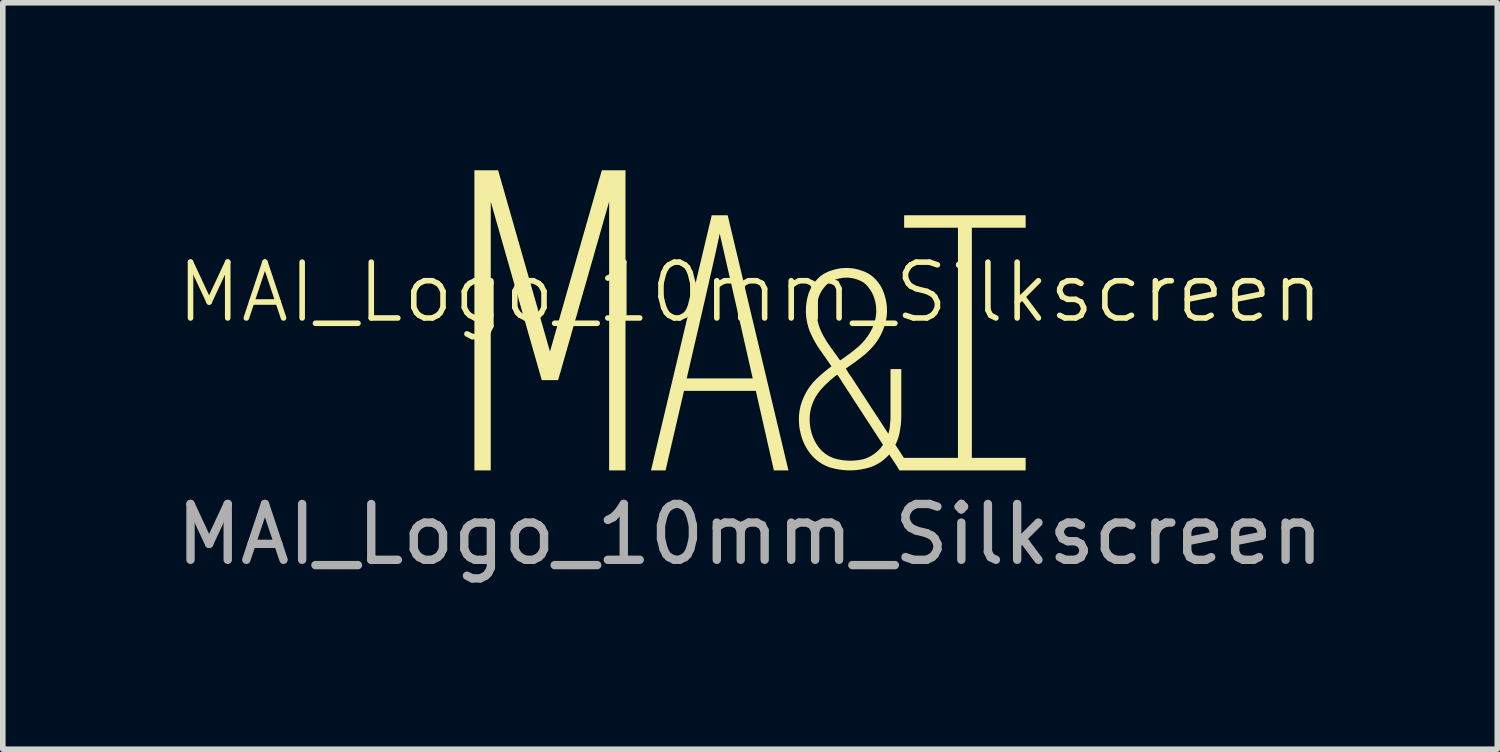
<source format=kicad_pcb>
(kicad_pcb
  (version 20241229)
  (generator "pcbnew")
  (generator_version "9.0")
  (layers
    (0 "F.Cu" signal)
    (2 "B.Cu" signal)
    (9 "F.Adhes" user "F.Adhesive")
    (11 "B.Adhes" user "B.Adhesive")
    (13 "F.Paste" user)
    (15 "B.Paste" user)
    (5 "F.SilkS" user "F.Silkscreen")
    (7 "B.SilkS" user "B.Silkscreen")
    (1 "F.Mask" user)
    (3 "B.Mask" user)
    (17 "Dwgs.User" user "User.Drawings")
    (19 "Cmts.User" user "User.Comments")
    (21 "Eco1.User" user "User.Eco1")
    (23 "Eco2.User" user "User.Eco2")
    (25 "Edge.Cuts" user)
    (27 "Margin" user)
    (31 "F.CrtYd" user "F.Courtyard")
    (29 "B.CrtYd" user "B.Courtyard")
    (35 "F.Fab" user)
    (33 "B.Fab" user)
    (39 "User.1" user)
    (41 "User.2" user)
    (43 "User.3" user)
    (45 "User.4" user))
  (footprint "MAI_Logo_10mm_Silkscreen"
    (layer "F.Cu")
    (at 10.387 2.689)
    (property "Reference" "MAI_Logo_10mm_Silkscreen" (at 0 -0.5 0) (unlocked yes) (layer "F.SilkS") (effects (font (size 1 1) (thickness 0.1))))
    (attr board_only exclude_from_pos_files exclude_from_bom allow_missing_courtyard)
    (fp_poly (pts (xy -3.584 0.559) (xy -2.655 -2.689) (xy -2.231 -2.689) (xy -2.231 2.688) (xy -2.524 2.688) (xy -2.524 -2.126) (xy -3.438 1.071) (xy -3.731 1.071) (xy -4.645 -2.126) (xy -4.645 2.688) (xy -4.938 2.688) (xy -4.938 -2.689) (xy -4.513 -2.689)) (stroke (width 0) (type solid)) (fill yes) (layer "F.SilkS"))
    (fp_poly (pts (xy 0.688 2.688) (xy 0.427 2.688) (xy 0.104 1.264) (xy -1.183 1.264) (xy -1.513 2.688) (xy -1.774 2.688) (xy -1.382 1.04) (xy -1.134 1.04) (xy 0.048 1.04) (xy -0.269 -0.359) (xy -0.406 -0.956) (xy -0.543 -1.553) (xy -0.607 -1.254) (xy -0.674 -0.956) (xy -0.81 -0.359) (xy -1.134 1.04) (xy -1.382 1.04) (xy -0.686 -1.882) (xy -0.4 -1.882)) (stroke (width 0) (type solid)) (fill yes) (layer "F.SilkS"))
    (fp_poly (pts (xy 4.938 -1.659) (xy 3.974 -1.659) (xy 3.974 2.464) (xy 4.938 2.464) (xy 4.938 2.688) (xy 2.763 2.688) (xy 2.761 2.688) (xy 2.678 2.689) (xy 2.622 2.598) (xy 2.6 2.564) (xy 2.493 2.403) (xy 2.482 2.415) (xy 2.472 2.427) (xy 2.461 2.438) (xy 2.449 2.449) (xy 2.438 2.46) (xy 2.426 2.471) (xy 2.414 2.482) (xy 2.402 2.492) (xy 2.39 2.502) (xy 2.377 2.512) (xy 2.364 2.522) (xy 2.351 2.531) (xy 2.337 2.541) (xy 2.323 2.55) (xy 2.309 2.559) (xy 2.295 2.567) (xy 2.28 2.575) (xy 2.266 2.583) (xy 2.251 2.591) (xy 2.236 2.598) (xy 2.221 2.605) (xy 2.206 2.612) (xy 2.191 2.618) (xy 2.175 2.624) (xy 2.16 2.629) (xy 2.144 2.635) (xy 2.129 2.639) (xy 2.113 2.644) (xy 2.097 2.648) (xy 2.081 2.652) (xy 2.065 2.656) (xy 2.049 2.659) (xy 2.017 2.666) (xy 1.985 2.671) (xy 1.954 2.676) (xy 1.922 2.681) (xy 1.89 2.684) (xy 1.858 2.686) (xy 1.825 2.687) (xy 1.793 2.688) (xy 1.747 2.687) (xy 1.701 2.684) (xy 1.656 2.68) (xy 1.61 2.675) (xy 1.565 2.667) (xy 1.52 2.658) (xy 1.475 2.647) (xy 1.43 2.635) (xy 1.409 2.627) (xy 1.388 2.619) (xy 1.367 2.61) (xy 1.346 2.601) (xy 1.326 2.591) (xy 1.306 2.58) (xy 1.287 2.569) (xy 1.268 2.557) (xy 1.249 2.545) (xy 1.23 2.532) (xy 1.212 2.519) (xy 1.194 2.504) (xy 1.177 2.49) (xy 1.16 2.474) (xy 1.143 2.458) (xy 1.126 2.442) (xy 1.111 2.425) (xy 1.096 2.407) (xy 1.082 2.39) (xy 1.068 2.372) (xy 1.054 2.353) (xy 1.041 2.335) (xy 1.029 2.316) (xy 1.017 2.297) (xy 1.005 2.277) (xy 0.994 2.257) (xy 0.983 2.237) (xy 0.973 2.217) (xy 0.964 2.196) (xy 0.955 2.175) (xy 0.946 2.154) (xy 0.938 2.133) (xy 0.923 2.088) (xy 0.911 2.043) (xy 0.9 1.999) (xy 0.895 1.976) (xy 0.891 1.954) (xy 0.887 1.932) (xy 0.884 1.909) (xy 0.881 1.887) (xy 0.879 1.865) (xy 0.878 1.842) (xy 0.876 1.82) (xy 0.876 1.798) (xy 0.875 1.775) (xy 1.068 1.775) (xy 1.069 1.793) (xy 1.069 1.811) (xy 1.07 1.829) (xy 1.071 1.847) (xy 1.073 1.865) (xy 1.075 1.883) (xy 1.078 1.901) (xy 1.08 1.919) (xy 1.084 1.937) (xy 1.087 1.955) (xy 1.096 1.99) (xy 1.105 2.025) (xy 1.117 2.06) (xy 1.123 2.078) (xy 1.13 2.095) (xy 1.137 2.112) (xy 1.144 2.128) (xy 1.152 2.145) (xy 1.16 2.161) (xy 1.168 2.177) (xy 1.177 2.193) (xy 1.186 2.209) (xy 1.196 2.224) (xy 1.206 2.239) (xy 1.216 2.254) (xy 1.227 2.269) (xy 1.238 2.283) (xy 1.25 2.297) (xy 1.262 2.311) (xy 1.274 2.325) (xy 1.287 2.338) (xy 1.301 2.351) (xy 1.315 2.363) (xy 1.329 2.375) (xy 1.343 2.386) (xy 1.358 2.396) (xy 1.373 2.407) (xy 1.388 2.416) (xy 1.403 2.425) (xy 1.419 2.434) (xy 1.435 2.442) (xy 1.452 2.45) (xy 1.469 2.457) (xy 1.486 2.464) (xy 1.503 2.471) (xy 1.539 2.481) (xy 1.575 2.49) (xy 1.612 2.497) (xy 1.648 2.503) (xy 1.684 2.508) (xy 1.72 2.511) (xy 1.756 2.513) (xy 1.793 2.514) (xy 1.822 2.514) (xy 1.85 2.512) (xy 1.879 2.511) (xy 1.907 2.508) (xy 1.936 2.505) (xy 1.964 2.5) (xy 1.992 2.496) (xy 2.02 2.49) (xy 2.033 2.486) (xy 2.047 2.482) (xy 2.06 2.478) (xy 2.074 2.473) (xy 2.087 2.468) (xy 2.1 2.463) (xy 2.113 2.457) (xy 2.126 2.451) (xy 2.138 2.445) (xy 2.151 2.439) (xy 2.163 2.432) (xy 2.175 2.425) (xy 2.187 2.417) (xy 2.199 2.41) (xy 2.211 2.402) (xy 2.222 2.393) (xy 2.234 2.385) (xy 2.246 2.376) (xy 2.257 2.367) (xy 2.269 2.358) (xy 2.279 2.348) (xy 2.29 2.339) (xy 2.3 2.329) (xy 2.31 2.318) (xy 2.32 2.308) (xy 2.33 2.297) (xy 2.339 2.287) (xy 2.348 2.276) (xy 2.357 2.264) (xy 2.365 2.253) (xy 2.374 2.241) (xy 2.382 2.229) (xy 1.662 1.123) (xy 1.614 1.046) (xy 1.608 1.037) (xy 1.602 1.027) (xy 1.595 1.018) (xy 1.589 1.009) (xy 1.582 1) (xy 1.575 0.991) (xy 1.568 0.982) (xy 1.561 0.974) (xy 1.561 0.974) (xy 1.528 0.998) (xy 1.497 1.024) (xy 1.465 1.05) (xy 1.434 1.077) (xy 1.404 1.104) (xy 1.373 1.132) (xy 1.344 1.161) (xy 1.315 1.191) (xy 1.3 1.206) (xy 1.286 1.221) (xy 1.273 1.236) (xy 1.26 1.252) (xy 1.247 1.267) (xy 1.235 1.283) (xy 1.222 1.3) (xy 1.211 1.317) (xy 1.2 1.334) (xy 1.189 1.351) (xy 1.178 1.369) (xy 1.168 1.387) (xy 1.158 1.405) (xy 1.149 1.423) (xy 1.14 1.442) (xy 1.131 1.461) (xy 1.124 1.48) (xy 1.116 1.499) (xy 1.11 1.518) (xy 1.104 1.537) (xy 1.098 1.556) (xy 1.093 1.576) (xy 1.088 1.595) (xy 1.084 1.615) (xy 1.08 1.634) (xy 1.077 1.654) (xy 1.074 1.674) (xy 1.072 1.694) (xy 1.071 1.714) (xy 1.069 1.735) (xy 1.069 1.755) (xy 1.068 1.775) (xy 0.875 1.775) (xy 0.875 1.775) (xy 0.876 1.751) (xy 0.877 1.726) (xy 0.878 1.702) (xy 0.88 1.678) (xy 0.883 1.653) (xy 0.886 1.63) (xy 0.89 1.606) (xy 0.895 1.582) (xy 0.9 1.559) (xy 0.905 1.535) (xy 0.912 1.512) (xy 0.919 1.489) (xy 0.926 1.466) (xy 0.934 1.444) (xy 0.943 1.421) (xy 0.953 1.399) (xy 0.962 1.376) (xy 0.973 1.353) (xy 0.984 1.331) (xy 0.995 1.31) (xy 1.006 1.288) (xy 1.019 1.267) (xy 1.031 1.246) (xy 1.044 1.226) (xy 1.058 1.206) (xy 1.072 1.186) (xy 1.086 1.167) (xy 1.101 1.148) (xy 1.116 1.129) (xy 1.132 1.111) (xy 1.148 1.093) (xy 1.165 1.075) (xy 1.2 1.041) (xy 1.236 1.007) (xy 1.272 0.974) (xy 1.309 0.942) (xy 1.346 0.912) (xy 1.383 0.882) (xy 1.421 0.852) (xy 1.459 0.824) (xy 1.353 0.671) (xy 1.247 0.52) (xy 1.221 0.481) (xy 1.196 0.442) (xy 1.172 0.401) (xy 1.149 0.361) (xy 1.127 0.319) (xy 1.107 0.277) (xy 1.087 0.235) (xy 1.068 0.192) (xy 1.06 0.169) (xy 1.053 0.147) (xy 1.045 0.124) (xy 1.039 0.102) (xy 1.033 0.079) (xy 1.027 0.056) (xy 1.022 0.034) (xy 1.018 0.011) (xy 1.014 -0.012) (xy 1.01 -0.035) (xy 1.007 -0.058) (xy 1.005 -0.082) (xy 1.003 -0.105) (xy 1.002 -0.128) (xy 1.001 -0.152) (xy 1.001 -0.17) (xy 1.194 -0.17) (xy 1.194 -0.149) (xy 1.195 -0.128) (xy 1.196 -0.107) (xy 1.198 -0.087) (xy 1.2 -0.066) (xy 1.203 -0.045) (xy 1.206 -0.024) (xy 1.21 -0.004) (xy 1.214 0.017) (xy 1.219 0.037) (xy 1.224 0.057) (xy 1.229 0.078) (xy 1.235 0.098) (xy 1.242 0.118) (xy 1.249 0.138) (xy 1.257 0.158) (xy 1.274 0.196) (xy 1.292 0.234) (xy 1.312 0.271) (xy 1.332 0.308) (xy 1.353 0.344) (xy 1.374 0.379) (xy 1.397 0.414) (xy 1.421 0.448) (xy 1.614 0.718) (xy 1.654 0.691) (xy 1.693 0.664) (xy 1.731 0.636) (xy 1.77 0.608) (xy 1.807 0.58) (xy 1.845 0.551) (xy 1.882 0.521) (xy 1.918 0.491) (xy 1.937 0.475) (xy 1.955 0.459) (xy 1.972 0.442) (xy 1.99 0.425) (xy 2.007 0.408) (xy 2.023 0.39) (xy 2.039 0.372) (xy 2.055 0.353) (xy 2.07 0.335) (xy 2.084 0.315) (xy 2.099 0.296) (xy 2.113 0.276) (xy 2.126 0.255) (xy 2.139 0.234) (xy 2.152 0.213) (xy 2.164 0.192) (xy 2.176 0.17) (xy 2.187 0.148) (xy 2.197 0.126) (xy 2.207 0.104) (xy 2.215 0.081) (xy 2.223 0.059) (xy 2.23 0.036) (xy 2.237 0.013) (xy 2.242 -0.01) (xy 2.247 -0.033) (xy 2.251 -0.056) (xy 2.255 -0.08) (xy 2.258 -0.103) (xy 2.259 -0.127) (xy 2.261 -0.151) (xy 2.261 -0.175) (xy 2.26 -0.203) (xy 2.259 -0.23) (xy 2.256 -0.258) (xy 2.252 -0.285) (xy 2.248 -0.312) (xy 2.242 -0.339) (xy 2.235 -0.366) (xy 2.227 -0.392) (xy 2.223 -0.406) (xy 2.218 -0.42) (xy 2.213 -0.433) (xy 2.208 -0.447) (xy 2.202 -0.46) (xy 2.196 -0.472) (xy 2.19 -0.485) (xy 2.184 -0.497) (xy 2.177 -0.51) (xy 2.17 -0.522) (xy 2.162 -0.534) (xy 2.155 -0.545) (xy 2.147 -0.557) (xy 2.138 -0.568) (xy 2.13 -0.579) (xy 2.121 -0.59) (xy 2.112 -0.602) (xy 2.103 -0.613) (xy 2.094 -0.623) (xy 2.085 -0.633) (xy 2.075 -0.643) (xy 2.065 -0.652) (xy 2.054 -0.661) (xy 2.044 -0.669) (xy 2.033 -0.677) (xy 2.021 -0.684) (xy 2.01 -0.691) (xy 1.998 -0.698) (xy 1.986 -0.704) (xy 1.973 -0.71) (xy 1.96 -0.716) (xy 1.947 -0.721) (xy 1.934 -0.726) (xy 1.921 -0.731) (xy 1.907 -0.736) (xy 1.894 -0.74) (xy 1.88 -0.744) (xy 1.867 -0.747) (xy 1.853 -0.751) (xy 1.84 -0.753) (xy 1.826 -0.756) (xy 1.813 -0.758) (xy 1.799 -0.76) (xy 1.785 -0.762) (xy 1.771 -0.763) (xy 1.758 -0.764) (xy 1.744 -0.764) (xy 1.73 -0.764) (xy 1.73 -0.764) (xy 1.715 -0.764) (xy 1.701 -0.764) (xy 1.687 -0.763) (xy 1.673 -0.762) (xy 1.658 -0.76) (xy 1.644 -0.758) (xy 1.63 -0.756) (xy 1.616 -0.753) (xy 1.603 -0.751) (xy 1.589 -0.747) (xy 1.575 -0.744) (xy 1.562 -0.74) (xy 1.548 -0.736) (xy 1.535 -0.731) (xy 1.521 -0.726) (xy 1.508 -0.721) (xy 1.495 -0.716) (xy 1.482 -0.71) (xy 1.469 -0.704) (xy 1.457 -0.698) (xy 1.445 -0.691) (xy 1.433 -0.684) (xy 1.421 -0.677) (xy 1.41 -0.669) (xy 1.399 -0.661) (xy 1.388 -0.652) (xy 1.378 -0.643) (xy 1.367 -0.633) (xy 1.357 -0.623) (xy 1.348 -0.613) (xy 1.338 -0.602) (xy 1.329 -0.59) (xy 1.32 -0.579) (xy 1.312 -0.568) (xy 1.303 -0.557) (xy 1.295 -0.545) (xy 1.288 -0.534) (xy 1.28 -0.522) (xy 1.273 -0.51) (xy 1.266 -0.497) (xy 1.26 -0.485) (xy 1.254 -0.472) (xy 1.248 -0.46) (xy 1.242 -0.446) (xy 1.237 -0.433) (xy 1.232 -0.42) (xy 1.227 -0.406) (xy 1.223 -0.392) (xy 1.216 -0.365) (xy 1.21 -0.337) (xy 1.205 -0.309) (xy 1.201 -0.281) (xy 1.198 -0.254) (xy 1.196 -0.226) (xy 1.194 -0.198) (xy 1.194 -0.17) (xy 1.001 -0.17) (xy 1.001 -0.175) (xy 1.001 -0.212) (xy 1.003 -0.249) (xy 1.007 -0.286) (xy 1.012 -0.322) (xy 1.018 -0.358) (xy 1.025 -0.394) (xy 1.034 -0.43) (xy 1.044 -0.465) (xy 1.05 -0.483) (xy 1.057 -0.501) (xy 1.064 -0.518) (xy 1.071 -0.535) (xy 1.079 -0.552) (xy 1.087 -0.569) (xy 1.096 -0.585) (xy 1.105 -0.601) (xy 1.114 -0.617) (xy 1.123 -0.633) (xy 1.133 -0.648) (xy 1.144 -0.663) (xy 1.155 -0.678) (xy 1.166 -0.693) (xy 1.177 -0.707) (xy 1.189 -0.721) (xy 1.202 -0.735) (xy 1.215 -0.749) (xy 1.229 -0.762) (xy 1.242 -0.775) (xy 1.257 -0.787) (xy 1.271 -0.798) (xy 1.286 -0.809) (xy 1.301 -0.82) (xy 1.317 -0.83) (xy 1.333 -0.839) (xy 1.349 -0.848) (xy 1.366 -0.857) (xy 1.383 -0.864) (xy 1.4 -0.872) (xy 1.417 -0.879) (xy 1.435 -0.885) (xy 1.453 -0.891) (xy 1.472 -0.897) (xy 1.49 -0.903) (xy 1.508 -0.908) (xy 1.526 -0.913) (xy 1.544 -0.917) (xy 1.562 -0.921) (xy 1.58 -0.925) (xy 1.598 -0.928) (xy 1.616 -0.931) (xy 1.634 -0.933) (xy 1.653 -0.935) (xy 1.671 -0.936) (xy 1.689 -0.937) (xy 1.707 -0.938) (xy 1.725 -0.938) (xy 1.744 -0.938) (xy 1.762 -0.937) (xy 1.781 -0.936) (xy 1.799 -0.935) (xy 1.818 -0.933) (xy 1.836 -0.931) (xy 1.854 -0.928) (xy 1.872 -0.925) (xy 1.89 -0.921) (xy 1.908 -0.917) (xy 1.926 -0.913) (xy 1.944 -0.908) (xy 1.962 -0.903) (xy 1.98 -0.897) (xy 1.997 -0.891) (xy 2.015 -0.885) (xy 2.033 -0.879) (xy 2.05 -0.872) (xy 2.068 -0.864) (xy 2.084 -0.857) (xy 2.101 -0.848) (xy 2.117 -0.839) (xy 2.133 -0.83) (xy 2.149 -0.82) (xy 2.164 -0.809) (xy 2.179 -0.798) (xy 2.193 -0.787) (xy 2.208 -0.775) (xy 2.221 -0.762) (xy 2.235 -0.749) (xy 2.248 -0.735) (xy 2.261 -0.721) (xy 2.273 -0.707) (xy 2.285 -0.693) (xy 2.297 -0.678) (xy 2.308 -0.663) (xy 2.319 -0.648) (xy 2.329 -0.633) (xy 2.339 -0.617) (xy 2.348 -0.601) (xy 2.357 -0.585) (xy 2.365 -0.569) (xy 2.373 -0.552) (xy 2.38 -0.535) (xy 2.387 -0.518) (xy 2.394 -0.501) (xy 2.4 -0.483) (xy 2.406 -0.465) (xy 2.417 -0.43) (xy 2.427 -0.394) (xy 2.435 -0.358) (xy 2.442 -0.322) (xy 2.447 -0.286) (xy 2.451 -0.249) (xy 2.453 -0.212) (xy 2.454 -0.175) (xy 2.454 -0.155) (xy 2.453 -0.134) (xy 2.452 -0.114) (xy 2.45 -0.093) (xy 2.448 -0.073) (xy 2.445 -0.053) (xy 2.442 -0.033) (xy 2.438 -0.012) (xy 2.434 0.008) (xy 2.43 0.028) (xy 2.424 0.048) (xy 2.419 0.068) (xy 2.413 0.088) (xy 2.406 0.108) (xy 2.399 0.128) (xy 2.391 0.148) (xy 2.384 0.168) (xy 2.376 0.188) (xy 2.368 0.207) (xy 2.359 0.226) (xy 2.35 0.245) (xy 2.341 0.264) (xy 2.331 0.282) (xy 2.321 0.3) (xy 2.311 0.318) (xy 2.3 0.336) (xy 2.289 0.354) (xy 2.277 0.371) (xy 2.265 0.388) (xy 2.253 0.405) (xy 2.24 0.422) (xy 2.227 0.438) (xy 2.201 0.469) (xy 2.174 0.499) (xy 2.146 0.529) (xy 2.117 0.557) (xy 2.087 0.585) (xy 2.056 0.613) (xy 2.024 0.639) (xy 1.991 0.665) (xy 1.925 0.715) (xy 1.859 0.764) (xy 1.792 0.811) (xy 1.725 0.858) (xy 1.72 0.863) (xy 1.715 0.863) (xy 1.722 0.874) (xy 1.729 0.885) (xy 1.736 0.895) (xy 1.743 0.906) (xy 1.75 0.917) (xy 1.756 0.928) (xy 1.762 0.939) (xy 1.768 0.95) (xy 1.783 0.969) (xy 1.797 0.99) (xy 1.812 1.01) (xy 1.826 1.032) (xy 2.478 2.031) (xy 2.484 2.012) (xy 2.489 1.992) (xy 2.494 1.973) (xy 2.498 1.953) (xy 2.501 1.933) (xy 2.504 1.913) (xy 2.506 1.892) (xy 2.507 1.872) (xy 2.509 1.851) (xy 2.511 1.831) (xy 2.513 1.81) (xy 2.514 1.79) (xy 2.516 1.769) (xy 2.516 1.749) (xy 2.517 1.728) (xy 2.517 1.708) (xy 2.517 0.873) (xy 2.71 0.873) (xy 2.71 1.708) (xy 2.71 1.742) (xy 2.708 1.775) (xy 2.707 1.809) (xy 2.704 1.843) (xy 2.701 1.877) (xy 2.696 1.91) (xy 2.691 1.944) (xy 2.686 1.978) (xy 2.683 1.994) (xy 2.68 2.01) (xy 2.677 2.027) (xy 2.673 2.043) (xy 2.669 2.059) (xy 2.665 2.074) (xy 2.661 2.09) (xy 2.656 2.106) (xy 2.65 2.122) (xy 2.645 2.137) (xy 2.639 2.153) (xy 2.632 2.168) (xy 2.626 2.184) (xy 2.619 2.199) (xy 2.611 2.214) (xy 2.604 2.229) (xy 2.757 2.464) (xy 2.781 2.464) (xy 2.781 2.464) (xy 3.725 2.464) (xy 3.725 -1.659) (xy 2.761 -1.659) (xy 2.761 -1.882) (xy 4.938 -1.883)) (stroke (width 0) (type solid)) (fill yes) (layer "F.SilkS"))
    (fp_text user "${REFERENCE}" (at 0 3.835 0) (unlocked yes) (layer "F.Fab") (effects (font (size 1 1) (thickness 0.15)))))
  (gr_rect
    (start -3 -3)
    (end 23.774 10.372)
    (stroke (width 0.1) (type default))
    (fill no)
    (layer "Edge.Cuts")))
</source>
